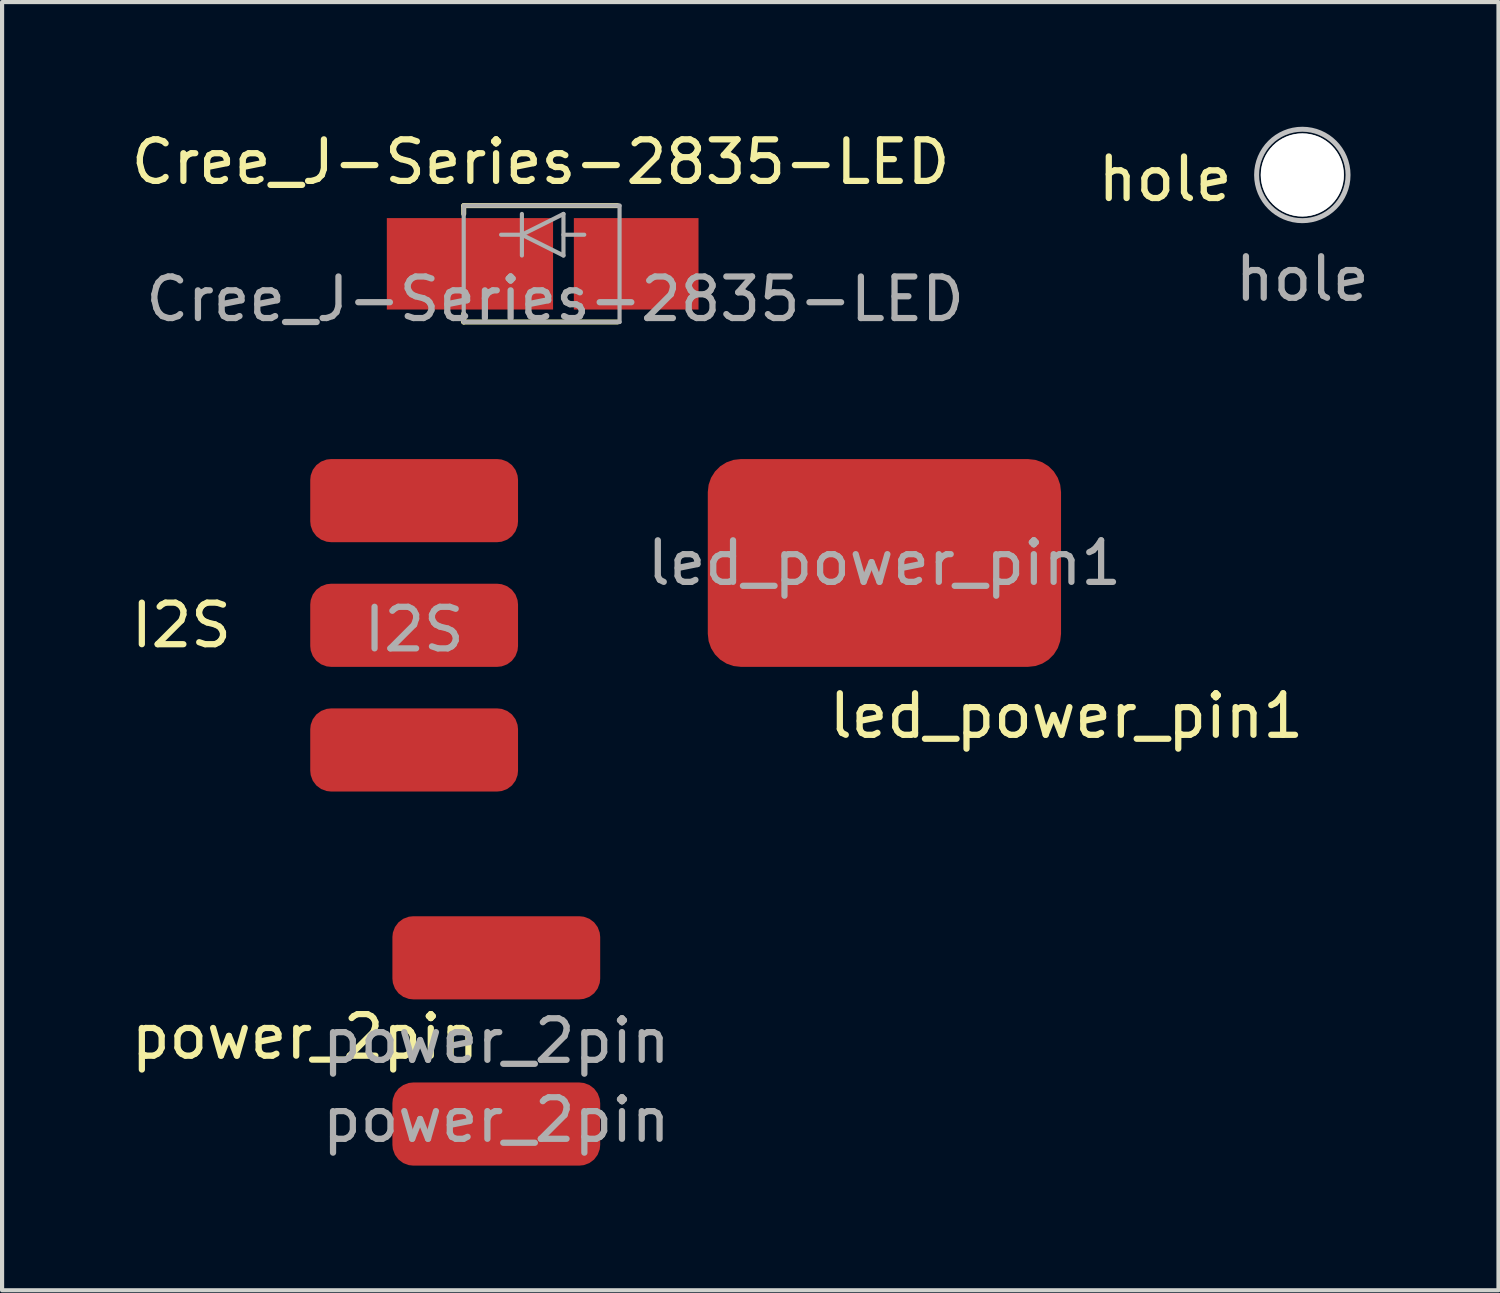
<source format=kicad_pcb>
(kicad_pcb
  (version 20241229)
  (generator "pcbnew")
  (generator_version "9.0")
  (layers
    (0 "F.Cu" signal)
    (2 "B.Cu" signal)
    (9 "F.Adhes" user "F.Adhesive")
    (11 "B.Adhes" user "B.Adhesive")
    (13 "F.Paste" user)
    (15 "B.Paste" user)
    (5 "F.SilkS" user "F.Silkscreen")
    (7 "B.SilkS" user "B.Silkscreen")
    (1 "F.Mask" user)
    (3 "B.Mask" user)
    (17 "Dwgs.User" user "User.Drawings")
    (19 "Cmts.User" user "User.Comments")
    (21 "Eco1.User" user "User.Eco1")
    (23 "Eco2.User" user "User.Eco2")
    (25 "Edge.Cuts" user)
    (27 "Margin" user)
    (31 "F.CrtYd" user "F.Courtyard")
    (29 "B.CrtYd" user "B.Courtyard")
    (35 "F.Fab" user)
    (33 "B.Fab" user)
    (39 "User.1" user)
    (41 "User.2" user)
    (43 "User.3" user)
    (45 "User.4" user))
  (footprint "Cree_J-Series-2835-LED"
    (layer "F.Cu")
    (at 10.008 3.298)
    (property "Reference" "Cree_J-Series-2835-LED" (at -0.05 -2.45 0) (unlocked yes) (layer "F.SilkS") (effects (font (size 1 1) (thickness 0.15))))
    (attr smd)
    (fp_line (start -1.9 -1.4) (end -1.9 -1.2) (stroke (width 0.12) (type solid)) (layer "F.SilkS"))
    (fp_line (start -1.9 -1.4) (end 1.8 -1.4) (stroke (width 0.12) (type solid)) (layer "F.SilkS"))
    (fp_line (start -1.9 1.4) (end -1.9 1.2) (stroke (width 0.12) (type solid)) (layer "F.SilkS"))
    (fp_line (start -1.9 1.4) (end 1.8 1.4) (stroke (width 0.12) (type solid)) (layer "F.SilkS"))
    (fp_line (start -1.9 -1.4) (end 1.85 -1.4) (stroke (width 0.1) (type solid)) (layer "F.Fab"))
    (fp_line (start -1.9 1.4) (end -1.9 -1.4) (stroke (width 0.1) (type solid)) (layer "F.Fab"))
    (fp_line (start -1 -0.7) (end -0.5 -0.7) (stroke (width 0.1) (type solid)) (layer "F.Fab"))
    (fp_line (start -0.5 -1.2) (end -0.5 -0.2) (stroke (width 0.1) (type solid)) (layer "F.Fab"))
    (fp_line (start -0.5 -0.7) (end 0.5 -1.2) (stroke (width 0.1) (type solid)) (layer "F.Fab"))
    (fp_line (start 0.5 -1.2) (end 0.5 -0.2) (stroke (width 0.1) (type solid)) (layer "F.Fab"))
    (fp_line (start 0.5 -0.2) (end -0.5 -0.7) (stroke (width 0.1) (type solid)) (layer "F.Fab"))
    (fp_line (start 1 -0.7) (end 0.5 -0.7) (stroke (width 0.1) (type solid)) (layer "F.Fab"))
    (fp_line (start 1.85 -1.4) (end 1.85 1.4) (stroke (width 0.1) (type solid)) (layer "F.Fab"))
    (fp_line (start 1.85 1.4) (end -1.9 1.4) (stroke (width 0.1) (type solid)) (layer "F.Fab"))
    (fp_text user "${REFERENCE}" (at 0.3 0.85 0) (unlocked yes) (layer "F.Fab") (effects (font (size 1 1) (thickness 0.15))))
    (pad "" smd rect (at -0.85 0) (size 2 1.8) (layers "F.Paste"))
    (pad "" smd rect (at 1.325 0) (size 1 1.8) (layers "F.Paste"))
    (pad "1" smd rect (at -1.75 0) (size 4 2.2) (layers "F.Cu" "F.Mask"))
    (pad "2" smd rect (at 2.25 0) (size 3 2.2) (layers "F.Cu" "F.Mask")))
  (footprint "led_power_pin1"
    (layer "F.Cu")
    (at 18.231 10.496)
    (property "Reference" "led_power_pin1" (at 4.38 3.68 0) (unlocked yes) (layer "F.SilkS") (effects (font (size 1 1) (thickness 0.15))))
    (attr smd)
    (fp_text user "${REFERENCE}" (at 0 0 0) (unlocked yes) (layer "F.Fab") (effects (font (size 1 1) (thickness 0.15))))
    (pad "1" smd roundrect (at 0 0) (size 8.5 5) (layers "F.Cu" "F.Mask" "F.Paste") (roundrect_rratio 0.159)))
  (footprint "hole"
    (layer "F.Cu")
    (at 28.287 1.16)
    (property "Reference" "hole" (at -3.3 0.1 0) (unlocked yes) (layer "F.SilkS") (effects (font (size 1 1) (thickness 0.15))))
    (fp_circle (center 0 0) (end 1.1 0) (stroke (width 0.12) (type solid)) (fill no) (layer "Dwgs.User"))
    (fp_text user "${REFERENCE}" (at 0 2.5 0) (unlocked yes) (layer "F.Fab") (effects (font (size 1 1) (thickness 0.15))))
    (pad "" np_thru_hole circle (at 0 0) (size 2 2) (drill 2) (layers "Dwgs.User")))
  (footprint "power_2pin"
    (layer "F.Cu")
    (at 8.892 21.997)
    (property "Reference" "power_2pin" (at -4.6 -0.1 0) (unlocked yes) (layer "F.SilkS") (effects (font (size 1 1) (thickness 0.15))))
    (attr smd)
    (fp_text user "${REFERENCE}" (at 0 1.9 0) (unlocked yes) (layer "F.Fab") (effects (font (size 1 1) (thickness 0.15))))
    (fp_text user "${REFERENCE}" (at 0 0 0) (unlocked yes) (layer "F.Fab") (effects (font (size 1 1) (thickness 0.15))))
    (pad "1" smd roundrect (at 0 -2) (size 5 2) (layers "F.Cu" "F.Mask" "F.Paste") (roundrect_rratio 0.25))
    (pad "2" smd roundrect (at 0 2) (size 5 2) (layers "F.Cu" "F.Mask" "F.Paste") (roundrect_rratio 0.25)))
  (footprint "I2S"
    (layer "F.Cu")
    (at 6.915 11.996)
    (property "Reference" "I2S" (at -5.6 0 0) (unlocked yes) (layer "F.SilkS") (effects (font (size 1 1) (thickness 0.15))))
    (attr smd)
    (fp_text user "${REFERENCE}" (at 0 0.1 0) (unlocked yes) (layer "F.Fab") (effects (font (size 1 1) (thickness 0.15))))
    (pad "1" smd roundrect (at 0 -3) (size 5 2) (layers "F.Cu" "F.Mask" "F.Paste") (roundrect_rratio 0.25))
    (pad "2" smd roundrect (at 0 0) (size 5 2) (layers "F.Cu" "F.Mask" "F.Paste") (roundrect_rratio 0.25))
    (pad "3" smd roundrect (at 0 3) (size 5 2) (layers "F.Cu" "F.Mask" "F.Paste") (roundrect_rratio 0.25)))
  (gr_rect
    (start -3 -3)
    (end 33.007 27.997)
    (stroke (width 0.1) (type default))
    (fill no)
    (layer "Edge.Cuts")))
</source>
